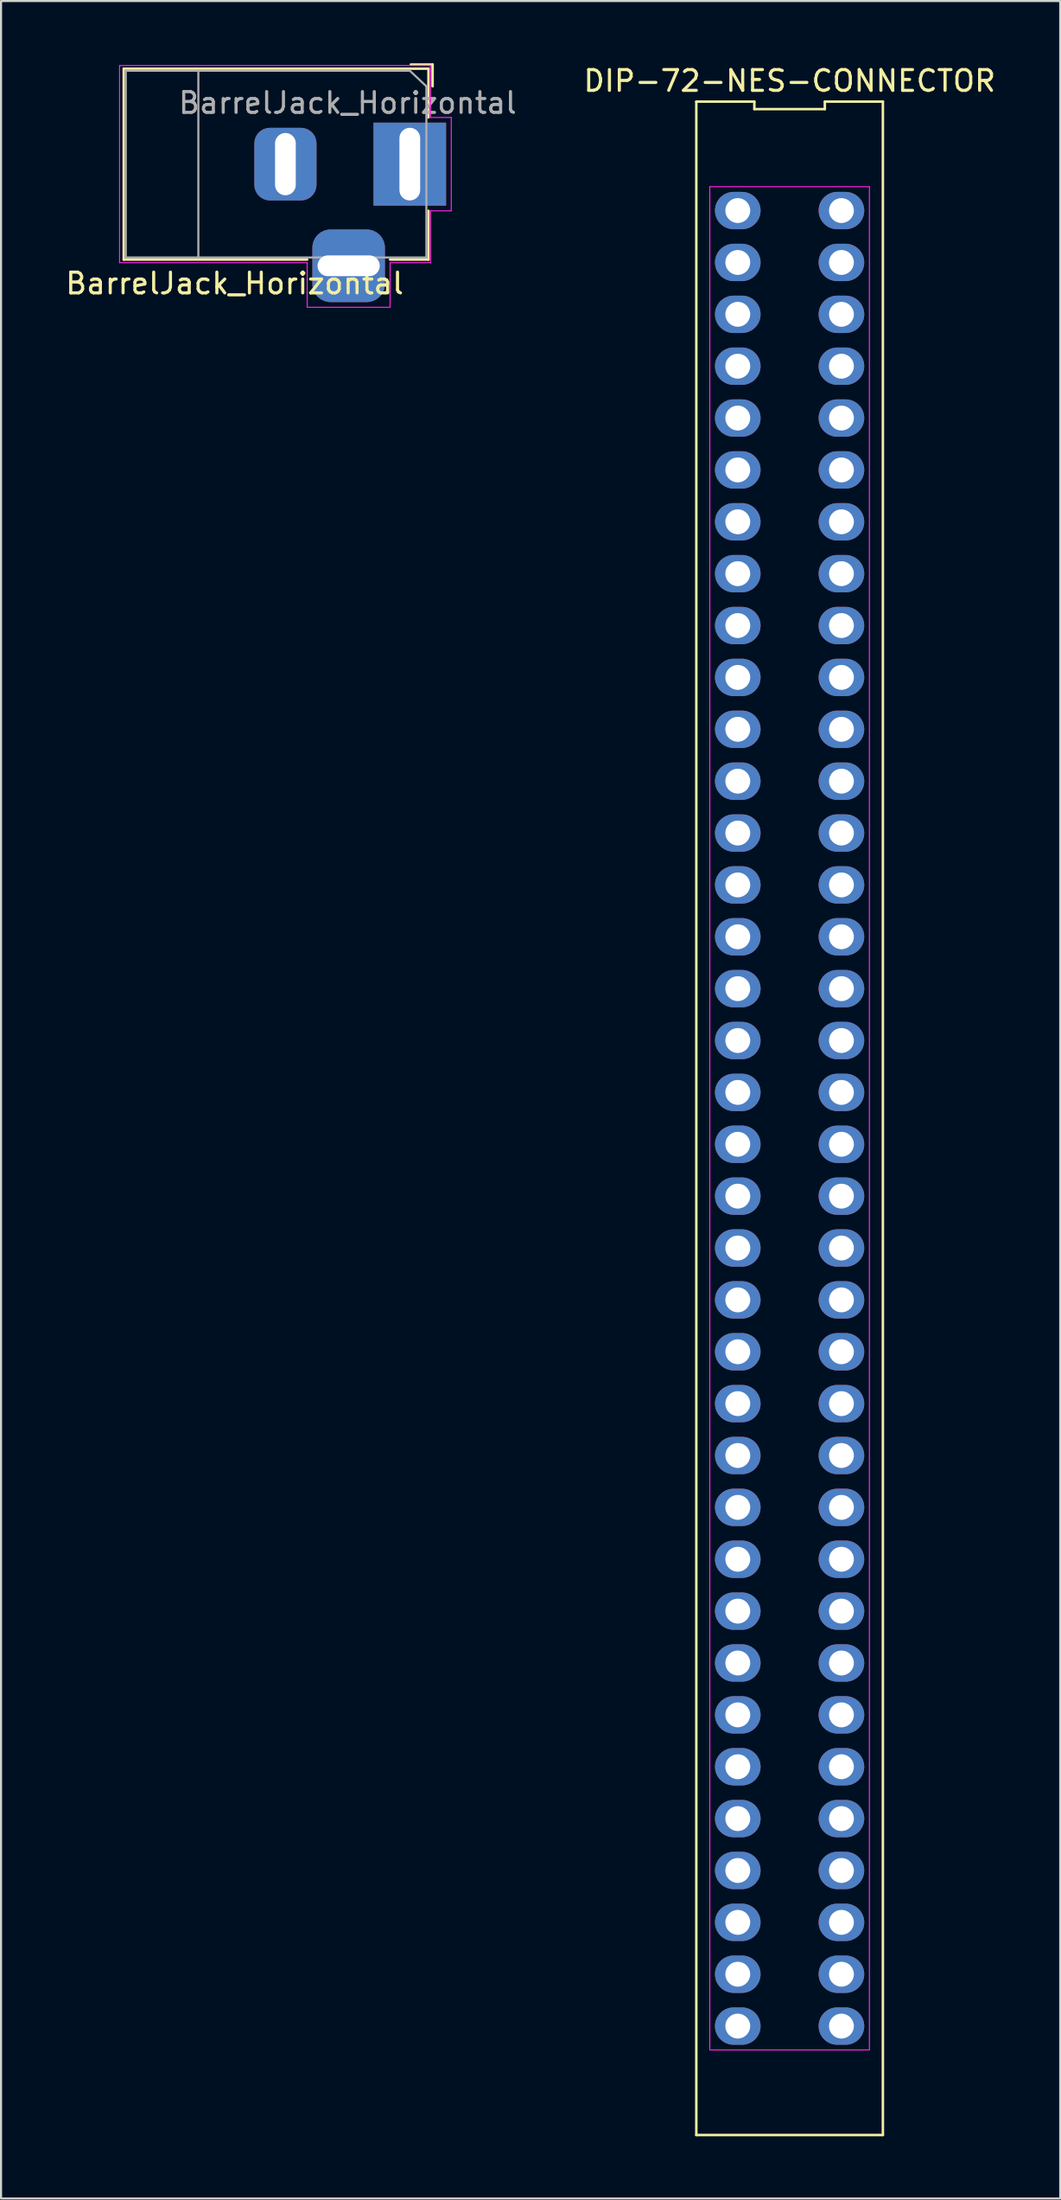
<source format=kicad_pcb>
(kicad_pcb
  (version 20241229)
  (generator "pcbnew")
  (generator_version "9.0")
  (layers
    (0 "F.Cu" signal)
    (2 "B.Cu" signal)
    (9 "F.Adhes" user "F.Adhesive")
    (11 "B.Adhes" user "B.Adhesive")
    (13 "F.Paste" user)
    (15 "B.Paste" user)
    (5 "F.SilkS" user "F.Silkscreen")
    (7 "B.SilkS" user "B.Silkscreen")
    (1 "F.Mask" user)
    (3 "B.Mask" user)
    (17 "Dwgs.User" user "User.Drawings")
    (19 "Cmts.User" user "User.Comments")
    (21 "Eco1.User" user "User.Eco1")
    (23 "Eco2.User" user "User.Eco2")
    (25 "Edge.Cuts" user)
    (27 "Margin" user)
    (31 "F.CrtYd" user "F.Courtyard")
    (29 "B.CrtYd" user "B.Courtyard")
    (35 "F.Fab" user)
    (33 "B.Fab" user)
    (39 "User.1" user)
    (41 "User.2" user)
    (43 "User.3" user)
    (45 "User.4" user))
  (footprint "BarrelJack_Horizontal"
    (layer "F.Cu")
    (at 16.718 4.86)
    (property "Reference" "BarrelJack_Horizontal" (at -8.45 5.75 0) (layer "F.SilkS") (effects (font (size 1 1) (thickness 0.15))))
    (attr through_hole)
    (fp_line (start -13.8 -4.6) (end 0.9 -4.6) (stroke (width 0.12) (type solid)) (layer "F.SilkS"))
    (fp_line (start -13.8 4.6) (end -13.8 -4.6) (stroke (width 0.12) (type solid)) (layer "F.SilkS"))
    (fp_line (start -4.95 4.6) (end -13.8 4.6) (stroke (width 0.12) (type solid)) (layer "F.SilkS"))
    (fp_line (start 0.05 -4.8) (end 1.1 -4.8) (stroke (width 0.12) (type solid)) (layer "F.SilkS"))
    (fp_line (start 0.9 -4.6) (end 0.9 -2.25) (stroke (width 0.12) (type solid)) (layer "F.SilkS"))
    (fp_line (start 0.9 2.25) (end 0.9 4.6) (stroke (width 0.12) (type solid)) (layer "F.SilkS"))
    (fp_line (start 0.9 4.6) (end -0.95 4.6) (stroke (width 0.12) (type solid)) (layer "F.SilkS"))
    (fp_line (start 1.1 -3.75) (end 1.1 -4.8) (stroke (width 0.12) (type solid)) (layer "F.SilkS"))
    (fp_line (start -14 4.75) (end -14 -4.75) (stroke (width 0.05) (type solid)) (layer "F.CrtYd"))
    (fp_line (start -4.95 4.75) (end -14 4.75) (stroke (width 0.05) (type solid)) (layer "F.CrtYd"))
    (fp_line (start -4.95 6.9) (end -4.95 4.75) (stroke (width 0.05) (type solid)) (layer "F.CrtYd"))
    (fp_line (start -0.95 4.75) (end -0.95 6.9) (stroke (width 0.05) (type solid)) (layer "F.CrtYd"))
    (fp_line (start -0.95 6.9) (end -4.95 6.9) (stroke (width 0.05) (type solid)) (layer "F.CrtYd"))
    (fp_line (start 1 -4.75) (end -14 -4.75) (stroke (width 0.05) (type solid)) (layer "F.CrtYd"))
    (fp_line (start 1 -4.5) (end 1 -4.75) (stroke (width 0.05) (type solid)) (layer "F.CrtYd"))
    (fp_line (start 1 -4.5) (end 1 -2.25) (stroke (width 0.05) (type solid)) (layer "F.CrtYd"))
    (fp_line (start 1 -2.25) (end 2 -2.25) (stroke (width 0.05) (type solid)) (layer "F.CrtYd"))
    (fp_line (start 1 2.25) (end 1 4.75) (stroke (width 0.05) (type solid)) (layer "F.CrtYd"))
    (fp_line (start 1 4.75) (end -0.95 4.75) (stroke (width 0.05) (type solid)) (layer "F.CrtYd"))
    (fp_line (start 2 -2.25) (end 2 2.25) (stroke (width 0.05) (type solid)) (layer "F.CrtYd"))
    (fp_line (start 2 2.25) (end 1 2.25) (stroke (width 0.05) (type solid)) (layer "F.CrtYd"))
    (fp_line (start -13.7 -4.5) (end -13.7 4.5) (stroke (width 0.1) (type solid)) (layer "F.Fab"))
    (fp_line (start -13.7 4.5) (end 0.8 4.5) (stroke (width 0.1) (type solid)) (layer "F.Fab"))
    (fp_line (start -10.2 -4.5) (end -10.2 4.5) (stroke (width 0.1) (type solid)) (layer "F.Fab"))
    (fp_line (start -0.003 -4.505) (end 0.8 -3.75) (stroke (width 0.1) (type solid)) (layer "F.Fab"))
    (fp_line (start 0 -4.5) (end -13.7 -4.5) (stroke (width 0.1) (type solid)) (layer "F.Fab"))
    (fp_line (start 0.8 4.5) (end 0.8 -3.75) (stroke (width 0.1) (type solid)) (layer "F.Fab"))
    (fp_text user "${REFERENCE}" (at -3 -2.95 0) (layer "F.Fab") (effects (font (size 1 1) (thickness 0.15))))
    (pad "1" thru_hole rect (at 0 0) (size 3.5 4) (drill oval 1 3.5) (layers "*.Cu" "*.Mask"))
    (pad "2" thru_hole roundrect (at -6 0) (size 3 3.5) (drill oval 1 3) (layers "*.Cu" "*.Mask") (roundrect_rratio 0.25))
    (pad "3" thru_hole roundrect (at -2.95 4.9) (size 3.5 3.5) (drill oval 3 1) (layers "*.Cu" "*.Mask") (roundrect_rratio 0.25)))
  (footprint "DIP-72-NES-CONNECTOR"
    (layer "F.Cu")
    (at 35.039 50.848)
    (property "Reference" "DIP-72-NES-CONNECTOR" (at 0 -50 0) (layer "F.SilkS") (effects (font (size 1 1) (thickness 0.15))))
    (attr through_hole)
    (fp_line (start -4.5 -49) (end -4.5 49) (stroke (width 0.12) (type solid)) (layer "F.SilkS"))
    (fp_line (start -4.5 49) (end 4.5 49) (stroke (width 0.12) (type solid)) (layer "F.SilkS"))
    (fp_line (start -1.7 -49) (end -4.5 -49) (stroke (width 0.12) (type solid)) (layer "F.SilkS"))
    (fp_line (start -1.7 -48.64) (end -1.7 -49) (stroke (width 0.12) (type solid)) (layer "F.SilkS"))
    (fp_line (start 1.7 -49) (end 1.7 -48.64) (stroke (width 0.12) (type solid)) (layer "F.SilkS"))
    (fp_line (start 1.7 -48.64) (end -1.7 -48.64) (stroke (width 0.12) (type solid)) (layer "F.SilkS"))
    (fp_line (start 4.5 -49) (end 1.7 -49) (stroke (width 0.12) (type solid)) (layer "F.SilkS"))
    (fp_line (start 4.5 49) (end 4.5 -49) (stroke (width 0.12) (type solid)) (layer "F.SilkS"))
    (fp_line (start -3.85 -44.9) (end 3.85 -44.9) (stroke (width 0.05) (type solid)) (layer "F.CrtYd"))
    (fp_line (start -3.85 44.9) (end -3.85 -44.9) (stroke (width 0.05) (type solid)) (layer "F.CrtYd"))
    (fp_line (start 3.85 -44.9) (end 3.85 44.9) (stroke (width 0.05) (type solid)) (layer "F.CrtYd"))
    (fp_line (start 3.85 44.9) (end -3.85 44.9) (stroke (width 0.05) (type solid)) (layer "F.CrtYd"))
    (pad "1" thru_hole oval (at -2.5 -43.75 270) (size 1.8 2.2) (drill 1.2) (layers "*.Cu" "*.Mask"))
    (pad "2" thru_hole oval (at -2.5 -41.25 270) (size 1.8 2.2) (drill 1.2) (layers "*.Cu" "*.Mask"))
    (pad "3" thru_hole oval (at -2.5 -38.75 270) (size 1.8 2.2) (drill 1.2) (layers "*.Cu" "*.Mask"))
    (pad "4" thru_hole oval (at -2.5 -36.25 270) (size 1.8 2.2) (drill 1.2) (layers "*.Cu" "*.Mask"))
    (pad "5" thru_hole oval (at -2.5 -33.75 270) (size 1.8 2.2) (drill 1.2) (layers "*.Cu" "*.Mask"))
    (pad "6" thru_hole oval (at -2.5 -31.25 270) (size 1.8 2.2) (drill 1.2) (layers "*.Cu" "*.Mask"))
    (pad "7" thru_hole oval (at -2.5 -28.75 270) (size 1.8 2.2) (drill 1.2) (layers "*.Cu" "*.Mask"))
    (pad "8" thru_hole oval (at -2.5 -26.25 270) (size 1.8 2.2) (drill 1.2) (layers "*.Cu" "*.Mask"))
    (pad "9" thru_hole oval (at -2.5 -23.75 270) (size 1.8 2.2) (drill 1.2) (layers "*.Cu" "*.Mask"))
    (pad "10" thru_hole oval (at -2.5 -21.25 270) (size 1.8 2.2) (drill 1.2) (layers "*.Cu" "*.Mask"))
    (pad "11" thru_hole oval (at -2.5 -18.75 270) (size 1.8 2.2) (drill 1.2) (layers "*.Cu" "*.Mask"))
    (pad "12" thru_hole oval (at -2.5 -16.25 270) (size 1.8 2.2) (drill 1.2) (layers "*.Cu" "*.Mask"))
    (pad "13" thru_hole oval (at -2.5 -13.75 270) (size 1.8 2.2) (drill 1.2) (layers "*.Cu" "*.Mask"))
    (pad "14" thru_hole oval (at -2.5 -11.25 270) (size 1.8 2.2) (drill 1.2) (layers "*.Cu" "*.Mask"))
    (pad "15" thru_hole oval (at -2.5 -8.75 270) (size 1.8 2.2) (drill 1.2) (layers "*.Cu" "*.Mask"))
    (pad "16" thru_hole oval (at -2.5 -6.25 270) (size 1.8 2.2) (drill 1.2) (layers "*.Cu" "*.Mask"))
    (pad "17" thru_hole oval (at -2.5 -3.75 270) (size 1.8 2.2) (drill 1.2) (layers "*.Cu" "*.Mask"))
    (pad "18" thru_hole oval (at -2.5 -1.25 270) (size 1.8 2.2) (drill 1.2) (layers "*.Cu" "*.Mask"))
    (pad "19" thru_hole oval (at -2.5 1.25 270) (size 1.8 2.2) (drill 1.2) (layers "*.Cu" "*.Mask"))
    (pad "20" thru_hole oval (at -2.5 3.75 270) (size 1.8 2.2) (drill 1.2) (layers "*.Cu" "*.Mask"))
    (pad "21" thru_hole oval (at -2.5 6.25 270) (size 1.8 2.2) (drill 1.2) (layers "*.Cu" "*.Mask"))
    (pad "22" thru_hole oval (at -2.5 8.75 270) (size 1.8 2.2) (drill 1.2) (layers "*.Cu" "*.Mask"))
    (pad "23" thru_hole oval (at -2.5 11.25 270) (size 1.8 2.2) (drill 1.2) (layers "*.Cu" "*.Mask"))
    (pad "24" thru_hole oval (at -2.5 13.75 270) (size 1.8 2.2) (drill 1.2) (layers "*.Cu" "*.Mask"))
    (pad "25" thru_hole oval (at -2.5 16.25 270) (size 1.8 2.2) (drill 1.2) (layers "*.Cu" "*.Mask"))
    (pad "26" thru_hole oval (at -2.5 18.75 270) (size 1.8 2.2) (drill 1.2) (layers "*.Cu" "*.Mask"))
    (pad "27" thru_hole oval (at -2.5 21.25 270) (size 1.8 2.2) (drill 1.2) (layers "*.Cu" "*.Mask"))
    (pad "28" thru_hole oval (at -2.5 23.75 270) (size 1.8 2.2) (drill 1.2) (layers "*.Cu" "*.Mask"))
    (pad "29" thru_hole oval (at -2.5 26.25 270) (size 1.8 2.2) (drill 1.2) (layers "*.Cu" "*.Mask"))
    (pad "30" thru_hole oval (at -2.5 28.75 270) (size 1.8 2.2) (drill 1.2) (layers "*.Cu" "*.Mask"))
    (pad "31" thru_hole oval (at -2.5 31.25 270) (size 1.8 2.2) (drill 1.2) (layers "*.Cu" "*.Mask"))
    (pad "32" thru_hole oval (at -2.5 33.75 270) (size 1.8 2.2) (drill 1.2) (layers "*.Cu" "*.Mask"))
    (pad "33" thru_hole oval (at -2.5 36.25 270) (size 1.8 2.2) (drill 1.2) (layers "*.Cu" "*.Mask"))
    (pad "34" thru_hole oval (at -2.5 38.75 270) (size 1.8 2.2) (drill 1.2) (layers "*.Cu" "*.Mask"))
    (pad "35" thru_hole oval (at -2.5 41.25 270) (size 1.8 2.2) (drill 1.2) (layers "*.Cu" "*.Mask"))
    (pad "36" thru_hole oval (at -2.5 43.75 270) (size 1.8 2.2) (drill 1.2) (layers "*.Cu" "*.Mask"))
    (pad "37" thru_hole oval (at 2.5 -43.75 270) (size 1.8 2.2) (drill 1.2) (layers "*.Cu" "*.Mask"))
    (pad "38" thru_hole oval (at 2.5 -41.25 270) (size 1.8 2.2) (drill 1.2) (layers "*.Cu" "*.Mask"))
    (pad "39" thru_hole oval (at 2.5 -38.75 270) (size 1.8 2.2) (drill 1.2) (layers "*.Cu" "*.Mask"))
    (pad "40" thru_hole oval (at 2.5 -36.25 270) (size 1.8 2.2) (drill 1.2) (layers "*.Cu" "*.Mask"))
    (pad "41" thru_hole oval (at 2.5 -33.75 270) (size 1.8 2.2) (drill 1.2) (layers "*.Cu" "*.Mask"))
    (pad "42" thru_hole oval (at 2.5 -31.25 270) (size 1.8 2.2) (drill 1.2) (layers "*.Cu" "*.Mask"))
    (pad "43" thru_hole oval (at 2.5 -28.75 270) (size 1.8 2.2) (drill 1.2) (layers "*.Cu" "*.Mask"))
    (pad "44" thru_hole oval (at 2.5 -26.25 270) (size 1.8 2.2) (drill 1.2) (layers "*.Cu" "*.Mask"))
    (pad "45" thru_hole oval (at 2.5 -23.75 270) (size 1.8 2.2) (drill 1.2) (layers "*.Cu" "*.Mask"))
    (pad "46" thru_hole oval (at 2.5 -21.25 270) (size 1.8 2.2) (drill 1.2) (layers "*.Cu" "*.Mask"))
    (pad "47" thru_hole oval (at 2.5 -18.75 270) (size 1.8 2.2) (drill 1.2) (layers "*.Cu" "*.Mask"))
    (pad "48" thru_hole oval (at 2.5 -16.25 270) (size 1.8 2.2) (drill 1.2) (layers "*.Cu" "*.Mask"))
    (pad "49" thru_hole oval (at 2.5 -13.75 270) (size 1.8 2.2) (drill 1.2) (layers "*.Cu" "*.Mask"))
    (pad "50" thru_hole oval (at 2.5 -11.25 270) (size 1.8 2.2) (drill 1.2) (layers "*.Cu" "*.Mask"))
    (pad "51" thru_hole oval (at 2.5 -8.75 270) (size 1.8 2.2) (drill 1.2) (layers "*.Cu" "*.Mask"))
    (pad "52" thru_hole oval (at 2.5 -6.25 270) (size 1.8 2.2) (drill 1.2) (layers "*.Cu" "*.Mask"))
    (pad "53" thru_hole oval (at 2.5 -3.75 270) (size 1.8 2.2) (drill 1.2) (layers "*.Cu" "*.Mask"))
    (pad "54" thru_hole oval (at 2.5 -1.25 270) (size 1.8 2.2) (drill 1.2) (layers "*.Cu" "*.Mask"))
    (pad "55" thru_hole oval (at 2.5 1.25 270) (size 1.8 2.2) (drill 1.2) (layers "*.Cu" "*.Mask"))
    (pad "56" thru_hole oval (at 2.5 3.75 270) (size 1.8 2.2) (drill 1.2) (layers "*.Cu" "*.Mask"))
    (pad "57" thru_hole oval (at 2.5 6.25 270) (size 1.8 2.2) (drill 1.2) (layers "*.Cu" "*.Mask"))
    (pad "58" thru_hole oval (at 2.5 8.75 270) (size 1.8 2.2) (drill 1.2) (layers "*.Cu" "*.Mask"))
    (pad "59" thru_hole oval (at 2.5 11.25 270) (size 1.8 2.2) (drill 1.2) (layers "*.Cu" "*.Mask"))
    (pad "60" thru_hole oval (at 2.5 13.75 270) (size 1.8 2.2) (drill 1.2) (layers "*.Cu" "*.Mask"))
    (pad "61" thru_hole oval (at 2.5 16.25 270) (size 1.8 2.2) (drill 1.2) (layers "*.Cu" "*.Mask"))
    (pad "62" thru_hole oval (at 2.5 18.75 270) (size 1.8 2.2) (drill 1.2) (layers "*.Cu" "*.Mask"))
    (pad "63" thru_hole oval (at 2.5 21.25 270) (size 1.8 2.2) (drill 1.2) (layers "*.Cu" "*.Mask"))
    (pad "64" thru_hole oval (at 2.5 23.75 270) (size 1.8 2.2) (drill 1.2) (layers "*.Cu" "*.Mask"))
    (pad "65" thru_hole oval (at 2.5 26.25 270) (size 1.8 2.2) (drill 1.2) (layers "*.Cu" "*.Mask"))
    (pad "66" thru_hole oval (at 2.5 28.75 270) (size 1.8 2.2) (drill 1.2) (layers "*.Cu" "*.Mask"))
    (pad "67" thru_hole oval (at 2.5 31.25 270) (size 1.8 2.2) (drill 1.2) (layers "*.Cu" "*.Mask"))
    (pad "68" thru_hole oval (at 2.5 33.75 270) (size 1.8 2.2) (drill 1.2) (layers "*.Cu" "*.Mask"))
    (pad "69" thru_hole oval (at 2.5 36.25 270) (size 1.8 2.2) (drill 1.2) (layers "*.Cu" "*.Mask"))
    (pad "70" thru_hole oval (at 2.5 38.75 270) (size 1.8 2.2) (drill 1.2) (layers "*.Cu" "*.Mask"))
    (pad "71" thru_hole oval (at 2.5 41.25 270) (size 1.8 2.2) (drill 1.2) (layers "*.Cu" "*.Mask"))
    (pad "72" thru_hole oval (at 2.5 43.75 270) (size 1.8 2.2) (drill 1.2) (layers "*.Cu" "*.Mask")))
  (gr_rect
    (start -3 -3)
    (end 48.093 102.908)
    (stroke (width 0.1) (type default))
    (fill no)
    (layer "Edge.Cuts")))
</source>
